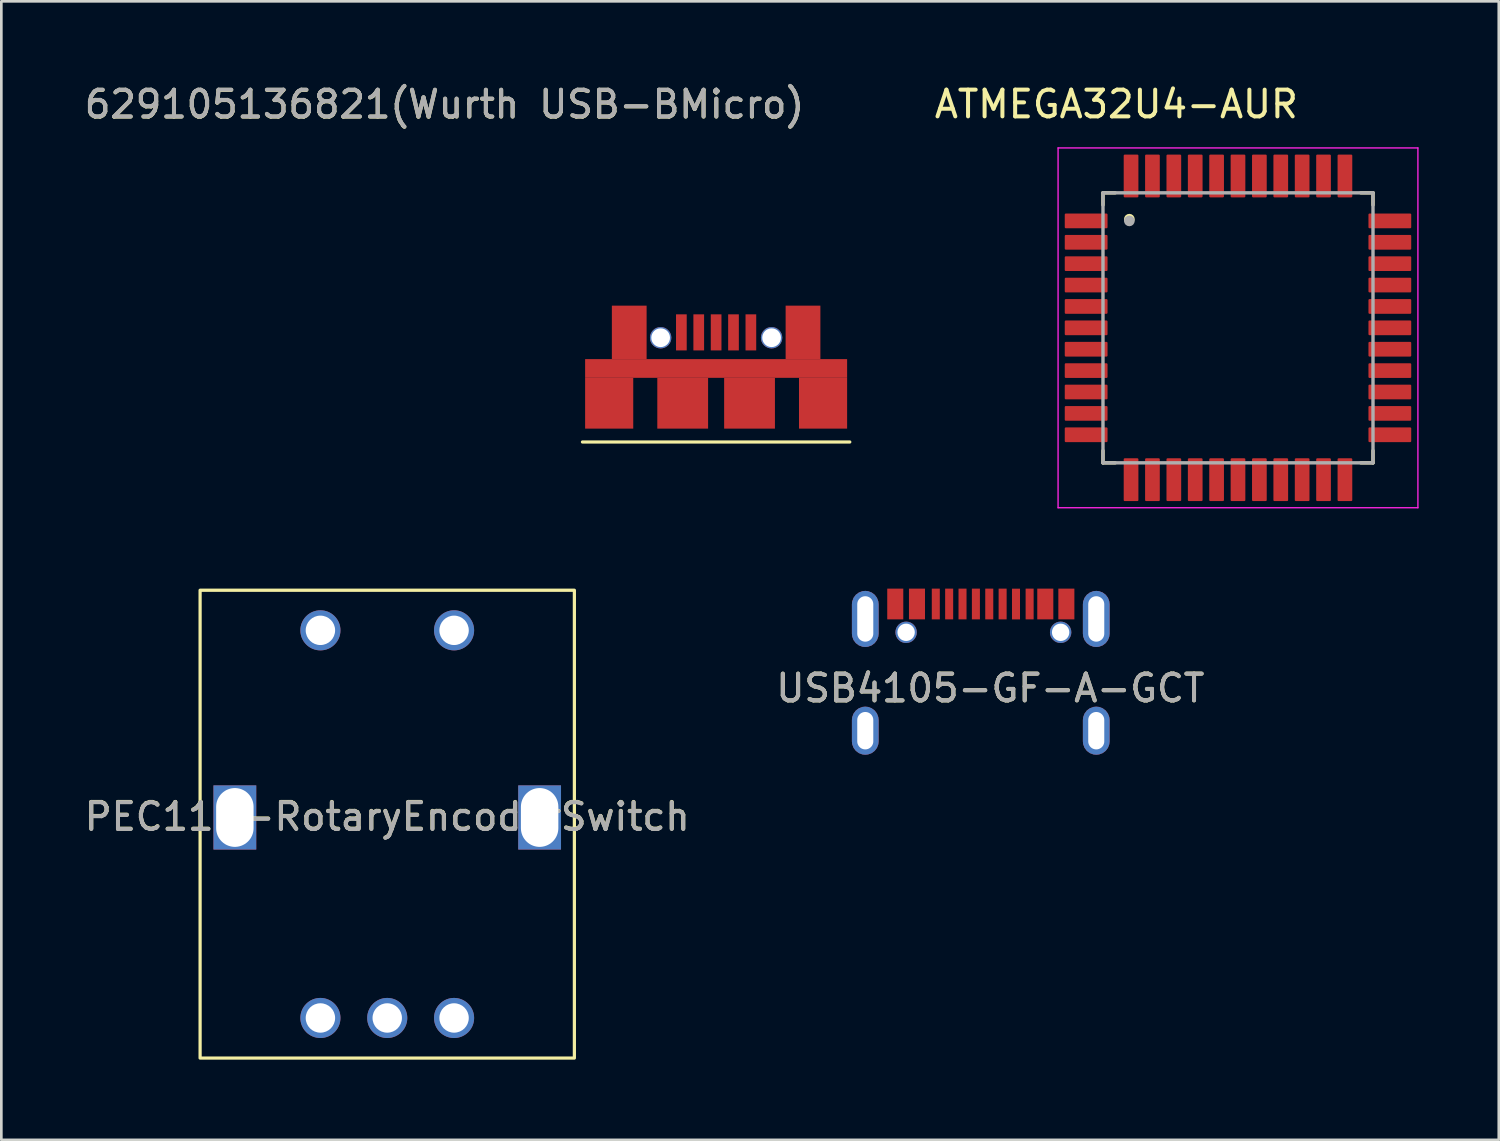
<source format=kicad_pcb>
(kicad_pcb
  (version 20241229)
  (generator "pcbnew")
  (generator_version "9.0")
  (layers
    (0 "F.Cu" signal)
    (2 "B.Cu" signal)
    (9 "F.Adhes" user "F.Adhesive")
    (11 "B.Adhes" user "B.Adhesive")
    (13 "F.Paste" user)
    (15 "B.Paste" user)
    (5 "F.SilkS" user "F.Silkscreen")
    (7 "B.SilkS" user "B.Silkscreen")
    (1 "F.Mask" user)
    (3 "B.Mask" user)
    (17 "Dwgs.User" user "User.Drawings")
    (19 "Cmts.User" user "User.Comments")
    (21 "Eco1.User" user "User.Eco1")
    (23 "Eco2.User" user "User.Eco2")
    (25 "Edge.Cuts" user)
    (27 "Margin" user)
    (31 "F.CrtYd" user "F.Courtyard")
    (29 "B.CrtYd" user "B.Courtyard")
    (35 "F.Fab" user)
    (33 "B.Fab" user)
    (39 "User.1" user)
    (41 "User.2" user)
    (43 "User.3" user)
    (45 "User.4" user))
  (footprint "629105136821(Wurth USB-BMicro)"
    (layer "F.Cu")
    (at 23.737 9.383)
    (property "Reference" "629105136821(Wurth USB-BMicro)" (at -10.16 -8.526 0) (unlocked yes) (layer "F.SilkS") (effects (font (size 1 1) (thickness 0.15))))
    (attr smd)
    (fp_rect (start -4.9 1.7) (end 4.9 1) (stroke (width 0) (type solid)) (fill yes) (layer "F.Cu"))
    (fp_rect (start -3.9 1) (end -2.6 -1) (stroke (width 0) (type solid)) (fill yes) (layer "F.Cu"))
    (fp_rect (start 2.6 1) (end 3.9 -1) (stroke (width 0) (type solid)) (fill yes) (layer "F.Cu"))
    (fp_line (start -5 4.1) (end 5 4.1) (stroke (width 0.12) (type solid)) (layer "F.SilkS"))
    (fp_text user "${REFERENCE}" (at -10.16 -8.534 0) (unlocked yes) (layer "F.Fab") (effects (font (size 1 1) (thickness 0.15))))
    (pad "" np_thru_hole circle (at -2.075 0.2) (size 0.8 0.8) (drill 0.7) (layers "*.Cu" "*.Mask"))
    (pad "" np_thru_hole circle (at 2.075 0.2) (size 0.8 0.8) (drill 0.7) (layers "*.Cu" "*.Mask"))
    (pad "1" smd rect (at -1.3 0) (size 0.4 1.35) (layers "F.Cu" "F.Mask" "F.Paste"))
    (pad "2" smd rect (at -0.65 0) (size 0.4 1.35) (layers "F.Cu" "F.Mask" "F.Paste"))
    (pad "3" smd rect (at 0 0) (size 0.4 1.35) (layers "F.Cu" "F.Mask" "F.Paste"))
    (pad "4" smd rect (at 0.65 0) (size 0.4 1.35) (layers "F.Cu" "F.Mask" "F.Paste"))
    (pad "5" smd rect (at 1.3 0) (size 0.4 1.35) (layers "F.Cu" "F.Mask" "F.Paste"))
    (pad "Shield" smd rect (at -4 2.65) (size 1.8 1.9) (layers "F.Cu" "F.Mask" "F.Paste"))
    (pad "Shield" smd rect (at -1.25 2.65) (size 1.9 1.9) (layers "F.Cu" "F.Mask" "F.Paste"))
    (pad "Shield" smd rect (at 1.25 2.65) (size 1.9 1.9) (layers "F.Cu" "F.Mask" "F.Paste"))
    (pad "Shield" smd rect (at 4 2.65) (size 1.8 1.9) (layers "F.Cu" "F.Mask" "F.Paste")))
  (footprint "ATMEGA32U4-AUR"
    (layer "F.Cu")
    (at 43.258 9.213)
    (property "Reference" "ATMEGA32U4-AUR" (at -4.55 -8.365 0) (layer "F.SilkS") (effects (font (size 1 1) (thickness 0.15))))
    (attr smd)
    (fp_line (start -5.05 -5.05) (end -5.05 -4.595) (stroke (width 0.127) (type solid)) (layer "F.SilkS"))
    (fp_line (start -5.05 -5.05) (end -4.595 -5.05) (stroke (width 0.127) (type solid)) (layer "F.SilkS"))
    (fp_line (start -5.05 5.05) (end -5.05 4.595) (stroke (width 0.127) (type solid)) (layer "F.SilkS"))
    (fp_line (start -5.05 5.05) (end -4.595 5.05) (stroke (width 0.127) (type solid)) (layer "F.SilkS"))
    (fp_line (start 5.05 -5.05) (end 4.595 -5.05) (stroke (width 0.127) (type solid)) (layer "F.SilkS"))
    (fp_line (start 5.05 -5.05) (end 5.05 -4.595) (stroke (width 0.127) (type solid)) (layer "F.SilkS"))
    (fp_line (start 5.05 5.05) (end 4.595 5.05) (stroke (width 0.127) (type solid)) (layer "F.SilkS"))
    (fp_line (start 5.05 5.05) (end 5.05 4.595) (stroke (width 0.127) (type solid)) (layer "F.SilkS"))
    (fp_circle (center -4.064 -4.064) (end -3.964 -4.064) (stroke (width 0.2) (type solid)) (fill no) (layer "F.SilkS"))
    (fp_line (start -6.73 -6.73) (end 6.73 -6.73) (stroke (width 0.05) (type solid)) (layer "F.CrtYd"))
    (fp_line (start -6.73 6.73) (end -6.73 -6.73) (stroke (width 0.05) (type solid)) (layer "F.CrtYd"))
    (fp_line (start -6.73 6.73) (end 6.73 6.73) (stroke (width 0.05) (type solid)) (layer "F.CrtYd"))
    (fp_line (start 6.73 6.73) (end 6.73 -6.73) (stroke (width 0.05) (type solid)) (layer "F.CrtYd"))
    (fp_line (start -5.05 5.05) (end -5.05 -5.05) (stroke (width 0.127) (type solid)) (layer "F.Fab"))
    (fp_line (start 5.05 -5.05) (end -5.05 -5.05) (stroke (width 0.127) (type solid)) (layer "F.Fab"))
    (fp_line (start 5.05 5.05) (end -5.05 5.05) (stroke (width 0.127) (type solid)) (layer "F.Fab"))
    (fp_line (start 5.05 5.05) (end 5.05 -5.05) (stroke (width 0.127) (type solid)) (layer "F.Fab"))
    (fp_circle (center -4.064 -4) (end -3.964 -4) (stroke (width 0.2) (type solid)) (fill no) (layer "F.Fab"))
    (pad "1" smd roundrect (at -5.68 -4) (size 1.6 0.55) (layers "F.Cu" "F.Mask" "F.Paste") (roundrect_rratio 0.07))
    (pad "2" smd roundrect (at -5.68 -3.2) (size 1.6 0.55) (layers "F.Cu" "F.Mask" "F.Paste") (roundrect_rratio 0.07))
    (pad "3" smd roundrect (at -5.68 -2.4) (size 1.6 0.55) (layers "F.Cu" "F.Mask" "F.Paste") (roundrect_rratio 0.07))
    (pad "4" smd roundrect (at -5.68 -1.6) (size 1.6 0.55) (layers "F.Cu" "F.Mask" "F.Paste") (roundrect_rratio 0.07))
    (pad "5" smd roundrect (at -5.68 -0.8) (size 1.6 0.55) (layers "F.Cu" "F.Mask" "F.Paste") (roundrect_rratio 0.07))
    (pad "6" smd roundrect (at -5.68 0) (size 1.6 0.55) (layers "F.Cu" "F.Mask" "F.Paste") (roundrect_rratio 0.07))
    (pad "7" smd roundrect (at -5.68 0.8) (size 1.6 0.55) (layers "F.Cu" "F.Mask" "F.Paste") (roundrect_rratio 0.07))
    (pad "8" smd roundrect (at -5.68 1.6) (size 1.6 0.55) (layers "F.Cu" "F.Mask" "F.Paste") (roundrect_rratio 0.07))
    (pad "9" smd roundrect (at -5.68 2.4) (size 1.6 0.55) (layers "F.Cu" "F.Mask" "F.Paste") (roundrect_rratio 0.07))
    (pad "10" smd roundrect (at -5.68 3.2) (size 1.6 0.55) (layers "F.Cu" "F.Mask" "F.Paste") (roundrect_rratio 0.07))
    (pad "11" smd roundrect (at -5.68 4) (size 1.6 0.55) (layers "F.Cu" "F.Mask" "F.Paste") (roundrect_rratio 0.07))
    (pad "12" smd roundrect (at -4 5.68 90) (size 1.6 0.55) (layers "F.Cu" "F.Mask" "F.Paste") (roundrect_rratio 0.07))
    (pad "13" smd roundrect (at -3.2 5.68 90) (size 1.6 0.55) (layers "F.Cu" "F.Mask" "F.Paste") (roundrect_rratio 0.07))
    (pad "14" smd roundrect (at -2.4 5.68 90) (size 1.6 0.55) (layers "F.Cu" "F.Mask" "F.Paste") (roundrect_rratio 0.07))
    (pad "15" smd roundrect (at -1.6 5.68 90) (size 1.6 0.55) (layers "F.Cu" "F.Mask" "F.Paste") (roundrect_rratio 0.07))
    (pad "16" smd roundrect (at -0.8 5.68 90) (size 1.6 0.55) (layers "F.Cu" "F.Mask" "F.Paste") (roundrect_rratio 0.07))
    (pad "17" smd roundrect (at 0 5.68 90) (size 1.6 0.55) (layers "F.Cu" "F.Mask" "F.Paste") (roundrect_rratio 0.07))
    (pad "18" smd roundrect (at 0.8 5.68 90) (size 1.6 0.55) (layers "F.Cu" "F.Mask" "F.Paste") (roundrect_rratio 0.07))
    (pad "19" smd roundrect (at 1.6 5.68 90) (size 1.6 0.55) (layers "F.Cu" "F.Mask" "F.Paste") (roundrect_rratio 0.07))
    (pad "20" smd roundrect (at 2.4 5.68 90) (size 1.6 0.55) (layers "F.Cu" "F.Mask" "F.Paste") (roundrect_rratio 0.07))
    (pad "21" smd roundrect (at 3.2 5.68 90) (size 1.6 0.55) (layers "F.Cu" "F.Mask" "F.Paste") (roundrect_rratio 0.07))
    (pad "22" smd roundrect (at 4 5.68 90) (size 1.6 0.55) (layers "F.Cu" "F.Mask" "F.Paste") (roundrect_rratio 0.07))
    (pad "23" smd roundrect (at 5.68 4) (size 1.6 0.55) (layers "F.Cu" "F.Mask" "F.Paste") (roundrect_rratio 0.07))
    (pad "24" smd roundrect (at 5.68 3.2) (size 1.6 0.55) (layers "F.Cu" "F.Mask" "F.Paste") (roundrect_rratio 0.07))
    (pad "25" smd roundrect (at 5.68 2.4) (size 1.6 0.55) (layers "F.Cu" "F.Mask" "F.Paste") (roundrect_rratio 0.07))
    (pad "26" smd roundrect (at 5.68 1.6) (size 1.6 0.55) (layers "F.Cu" "F.Mask" "F.Paste") (roundrect_rratio 0.07))
    (pad "27" smd roundrect (at 5.68 0.8) (size 1.6 0.55) (layers "F.Cu" "F.Mask" "F.Paste") (roundrect_rratio 0.07))
    (pad "28" smd roundrect (at 5.68 0) (size 1.6 0.55) (layers "F.Cu" "F.Mask" "F.Paste") (roundrect_rratio 0.07))
    (pad "29" smd roundrect (at 5.68 -0.8) (size 1.6 0.55) (layers "F.Cu" "F.Mask" "F.Paste") (roundrect_rratio 0.07))
    (pad "30" smd roundrect (at 5.68 -1.6) (size 1.6 0.55) (layers "F.Cu" "F.Mask" "F.Paste") (roundrect_rratio 0.07))
    (pad "31" smd roundrect (at 5.68 -2.4) (size 1.6 0.55) (layers "F.Cu" "F.Mask" "F.Paste") (roundrect_rratio 0.07))
    (pad "32" smd roundrect (at 5.68 -3.2) (size 1.6 0.55) (layers "F.Cu" "F.Mask" "F.Paste") (roundrect_rratio 0.07))
    (pad "33" smd roundrect (at 5.68 -4) (size 1.6 0.55) (layers "F.Cu" "F.Mask" "F.Paste") (roundrect_rratio 0.07))
    (pad "34" smd roundrect (at 4 -5.68 90) (size 1.6 0.55) (layers "F.Cu" "F.Mask" "F.Paste") (roundrect_rratio 0.07))
    (pad "35" smd roundrect (at 3.2 -5.68 90) (size 1.6 0.55) (layers "F.Cu" "F.Mask" "F.Paste") (roundrect_rratio 0.07))
    (pad "36" smd roundrect (at 2.4 -5.68 90) (size 1.6 0.55) (layers "F.Cu" "F.Mask" "F.Paste") (roundrect_rratio 0.07))
    (pad "37" smd roundrect (at 1.6 -5.68 90) (size 1.6 0.55) (layers "F.Cu" "F.Mask" "F.Paste") (roundrect_rratio 0.07))
    (pad "38" smd roundrect (at 0.8 -5.68 90) (size 1.6 0.55) (layers "F.Cu" "F.Mask" "F.Paste") (roundrect_rratio 0.07))
    (pad "39" smd roundrect (at 0 -5.68 90) (size 1.6 0.55) (layers "F.Cu" "F.Mask" "F.Paste") (roundrect_rratio 0.07))
    (pad "40" smd roundrect (at -0.8 -5.68 90) (size 1.6 0.55) (layers "F.Cu" "F.Mask" "F.Paste") (roundrect_rratio 0.07))
    (pad "41" smd roundrect (at -1.6 -5.68 90) (size 1.6 0.55) (layers "F.Cu" "F.Mask" "F.Paste") (roundrect_rratio 0.07))
    (pad "42" smd roundrect (at -2.4 -5.68 90) (size 1.6 0.55) (layers "F.Cu" "F.Mask" "F.Paste") (roundrect_rratio 0.07))
    (pad "43" smd roundrect (at -3.2 -5.68 90) (size 1.6 0.55) (layers "F.Cu" "F.Mask" "F.Paste") (roundrect_rratio 0.07))
    (pad "44" smd roundrect (at -4 -5.68 90) (size 1.6 0.55) (layers "F.Cu" "F.Mask" "F.Paste") (roundrect_rratio 0.07)))
  (footprint "USB4105-GF-A-GCT"
    (layer "F.Cu")
    (at 29.32 20.102)
    (property "Reference" "USB4105-GF-A-GCT" (at 4.674 2.591 0) (unlocked yes) (layer "F.SilkS") (effects (font (size 1 1) (thickness 0.15))))
    (attr smd)
    (fp_text user "${REFERENCE}" (at 4.674 2.591 0) (unlocked yes) (layer "F.Fab") (effects (font (size 1 1) (thickness 0.15))))
    (pad "" np_thru_hole circle (at 1.524 0.5) (size 0.8 0.8) (drill 0.65) (layers "*.Cu" "*.Mask"))
    (pad "" np_thru_hole circle (at 7.304 0.5) (size 0.8 0.8) (drill 0.65) (layers "*.Cu" "*.Mask"))
    (pad "A1/B12" smd rect (at 1.118 -0.559) (size 0.6 1.15) (layers "F.Cu" "F.Mask" "F.Paste"))
    (pad "A4/B9" smd rect (at 1.93 -0.559) (size 0.6 1.15) (layers "F.Cu" "F.Mask" "F.Paste"))
    (pad "A5" smd rect (at 3.134 -0.559) (size 0.3 1.15) (layers "F.Cu" "F.Mask" "F.Paste"))
    (pad "A6" smd rect (at 4.134 -0.559) (size 0.3 1.15) (layers "F.Cu" "F.Mask" "F.Paste"))
    (pad "A7" smd rect (at 4.634 -0.559) (size 0.3 1.15) (layers "F.Cu" "F.Mask" "F.Paste"))
    (pad "A8" smd rect (at 5.634 -0.557) (size 0.3 1.15) (layers "F.Cu" "F.Mask" "F.Paste"))
    (pad "B1/A12" smd rect (at 7.518 -0.559) (size 0.6 1.15) (layers "F.Cu" "F.Mask" "F.Paste"))
    (pad "B4/A9" smd rect (at 6.73 -0.559) (size 0.6 1.15) (layers "F.Cu" "F.Mask" "F.Paste"))
    (pad "B5" smd rect (at 6.144 -0.559) (size 0.3 1.15) (layers "F.Cu" "F.Mask" "F.Paste"))
    (pad "B6" smd rect (at 5.134 -0.559) (size 0.3 1.15) (layers "F.Cu" "F.Mask" "F.Paste"))
    (pad "B7" smd rect (at 3.634 -0.559) (size 0.3 1.15) (layers "F.Cu" "F.Mask" "F.Paste"))
    (pad "B8" smd rect (at 2.634 -0.559) (size 0.3 1.15) (layers "F.Cu" "F.Mask" "F.Paste"))
    (pad "GND" thru_hole roundrect (at -0.004 0) (size 1 2.1) (drill oval 0.6 1.7) (layers "*.Cu" "*.Mask") (roundrect_rratio 0.5))
    (pad "GND" thru_hole roundrect (at -0.004 4.18) (size 1 1.8) (drill oval 0.6 1.4) (layers "*.Cu" "*.Mask") (roundrect_rratio 0.5))
    (pad "GND" thru_hole roundrect (at 8.636 0) (size 1 2.1) (drill oval 0.6 1.7) (layers "*.Cu" "*.Mask") (roundrect_rratio 0.5))
    (pad "GND" thru_hole roundrect (at 8.636 4.18) (size 1 1.8) (drill oval 0.6 1.4) (layers "*.Cu" "*.Mask") (roundrect_rratio 0.5)))
  (footprint "PEC11H-RotaryEncoderSwitch"
    (layer "F.Cu")
    (at 11.435 27.528)
    (property "Reference" "PEC11H-RotaryEncoderSwitch" (at 0 -0.036 0) (unlocked yes) (layer "F.SilkS") (effects (font (size 1 1) (thickness 0.15))))
    (attr smd)
    (fp_rect (start -7 -8.5) (end 7 9) (stroke (width 0.12) (type solid)) (fill no) (layer "F.SilkS"))
    (fp_text user "${REFERENCE}" (at 0 -0.025 0) (unlocked yes) (layer "F.Fab") (effects (font (size 1 1) (thickness 0.15))))
    (pad "" np_thru_hole rect (at -5.7 0) (size 1.6 2.4) (drill oval 1.4 2.2) (layers "*.Cu" "*.Mask"))
    (pad "" np_thru_hole rect (at 5.7 0) (size 1.6 2.4) (drill oval 1.4 2.2) (layers "*.Cu" "*.Mask"))
    (pad "1" thru_hole circle (at -2.5 -7) (size 1.5 1.5) (drill 1.1) (layers "*.Cu" "*.Mask"))
    (pad "2" thru_hole circle (at 2.5 -7) (size 1.5 1.5) (drill 1.1) (layers "*.Cu" "*.Mask"))
    (pad "A" thru_hole circle (at -2.5 7.5) (size 1.5 1.5) (drill 1.1) (layers "*.Cu" "*.Mask"))
    (pad "B" thru_hole circle (at 2.5 7.5) (size 1.5 1.5) (drill 1.1) (layers "*.Cu" "*.Mask"))
    (pad "C" thru_hole circle (at 0 7.5) (size 1.5 1.5) (drill 1.1) (layers "*.Cu" "*.Mask")))
  (gr_rect
    (start -3 -3)
    (end 53.013 39.588)
    (stroke (width 0.1) (type default))
    (fill no)
    (layer "Edge.Cuts")))
</source>
